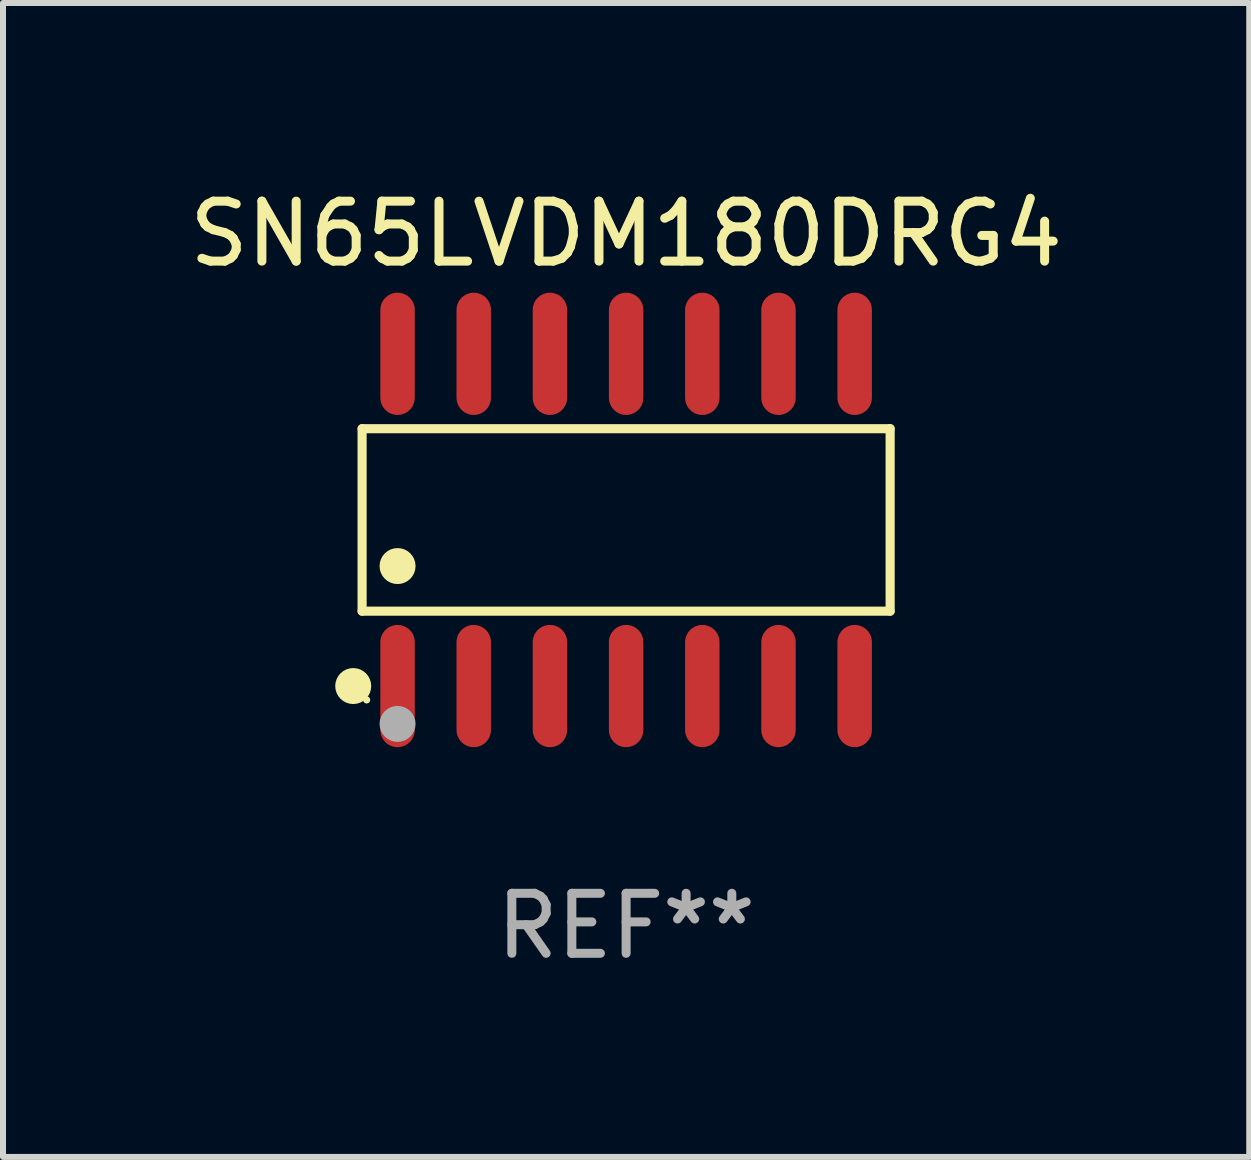
<source format=kicad_pcb>
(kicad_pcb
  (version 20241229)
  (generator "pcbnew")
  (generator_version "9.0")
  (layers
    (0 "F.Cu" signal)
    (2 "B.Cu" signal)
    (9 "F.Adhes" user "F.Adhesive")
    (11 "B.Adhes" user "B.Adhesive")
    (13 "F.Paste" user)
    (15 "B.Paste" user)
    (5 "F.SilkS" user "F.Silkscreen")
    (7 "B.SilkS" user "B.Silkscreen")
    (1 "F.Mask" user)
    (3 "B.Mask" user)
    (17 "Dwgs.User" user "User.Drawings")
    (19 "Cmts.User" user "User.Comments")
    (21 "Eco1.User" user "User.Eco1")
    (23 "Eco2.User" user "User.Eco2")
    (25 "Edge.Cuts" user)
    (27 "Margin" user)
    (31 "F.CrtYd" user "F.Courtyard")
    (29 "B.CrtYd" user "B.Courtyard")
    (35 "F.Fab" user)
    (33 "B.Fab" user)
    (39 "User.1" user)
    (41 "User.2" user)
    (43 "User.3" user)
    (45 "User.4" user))
  (footprint "SN65LVDM180DRG4"
    (layer "F.Cu")
    (at 7.387 5.617)
    (property "Reference" "SN65LVDM180DRG4" (at 0 -4.769 0) (layer "F.SilkS") (effects (font (size 1 1) (thickness 0.15))))
    (attr through_hole)
    (fp_line (start -4.401 -1.521) (end 4.401 -1.521) (stroke (width 0.152) (type solid)) (layer "F.SilkS"))
    (fp_line (start -4.401 1.521) (end -4.401 -1.521) (stroke (width 0.152) (type solid)) (layer "F.SilkS"))
    (fp_line (start 4.401 -1.521) (end 4.401 1.521) (stroke (width 0.152) (type solid)) (layer "F.SilkS"))
    (fp_line (start 4.401 1.521) (end -4.401 1.521) (stroke (width 0.152) (type solid)) (layer "F.SilkS"))
    (fp_circle (center -4.549 2.769) (end -4.399 2.769) (stroke (width 0.3) (type solid)) (fill no) (layer "F.SilkS"))
    (fp_circle (center -4.325 3) (end -4.295 3) (stroke (width 0.06) (type solid)) (fill no) (layer "F.SilkS"))
    (fp_circle (center -3.81 0.769) (end -3.66 0.769) (stroke (width 0.3) (type solid)) (fill no) (layer "F.SilkS"))
    (fp_circle (center -3.81 3.4) (end -3.66 3.4) (stroke (width 0.3) (type solid)) (fill no) (layer "F.Fab"))
    (fp_text user "REF**" (at 0 6.769 0) (layer "F.Fab") (effects (font (size 1 1) (thickness 0.15))))
    (pad "1" smd oval (at -3.81 2.769) (size 0.574 2.038) (layers "F.Cu" "F.Mask" "F.Paste"))
    (pad "2" smd oval (at -2.54 2.769) (size 0.574 2.038) (layers "F.Cu" "F.Mask" "F.Paste"))
    (pad "3" smd oval (at -1.27 2.769) (size 0.574 2.038) (layers "F.Cu" "F.Mask" "F.Paste"))
    (pad "4" smd oval (at 0 2.769) (size 0.574 2.038) (layers "F.Cu" "F.Mask" "F.Paste"))
    (pad "5" smd oval (at 1.27 2.769) (size 0.574 2.038) (layers "F.Cu" "F.Mask" "F.Paste"))
    (pad "6" smd oval (at 2.54 2.769) (size 0.574 2.038) (layers "F.Cu" "F.Mask" "F.Paste"))
    (pad "7" smd oval (at 3.81 2.769) (size 0.574 2.038) (layers "F.Cu" "F.Mask" "F.Paste"))
    (pad "8" smd oval (at 3.81 -2.769) (size 0.574 2.038) (layers "F.Cu" "F.Mask" "F.Paste"))
    (pad "9" smd oval (at 2.54 -2.769) (size 0.574 2.038) (layers "F.Cu" "F.Mask" "F.Paste"))
    (pad "10" smd oval (at 1.27 -2.769) (size 0.574 2.038) (layers "F.Cu" "F.Mask" "F.Paste"))
    (pad "11" smd oval (at 0 -2.769) (size 0.574 2.038) (layers "F.Cu" "F.Mask" "F.Paste"))
    (pad "12" smd oval (at -1.27 -2.769) (size 0.574 2.038) (layers "F.Cu" "F.Mask" "F.Paste"))
    (pad "13" smd oval (at -2.54 -2.769) (size 0.574 2.038) (layers "F.Cu" "F.Mask" "F.Paste"))
    (pad "14" smd oval (at -3.81 -2.769) (size 0.574 2.038) (layers "F.Cu" "F.Mask" "F.Paste")))
  (gr_rect
    (start -3 -3)
    (end 17.774 16.235)
    (stroke (width 0.1) (type default))
    (fill no)
    (layer "Edge.Cuts")))
</source>
